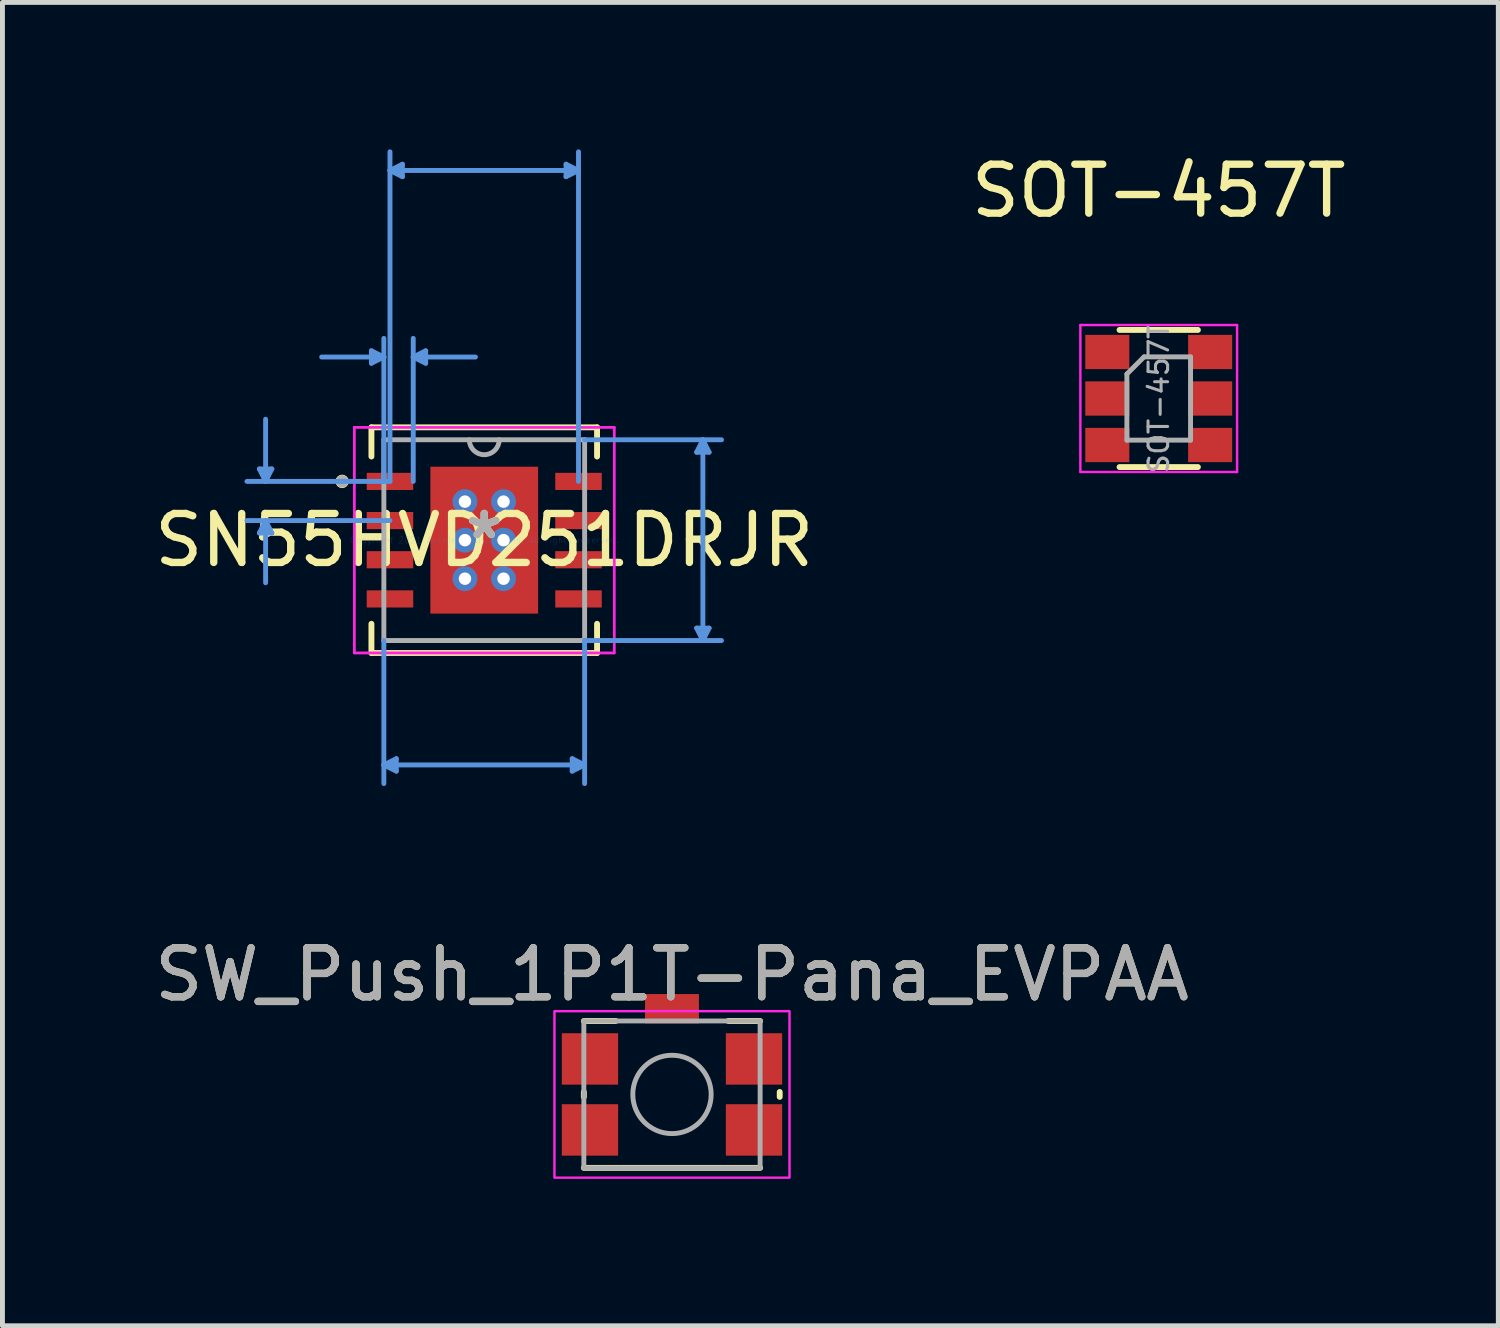
<source format=kicad_pcb>
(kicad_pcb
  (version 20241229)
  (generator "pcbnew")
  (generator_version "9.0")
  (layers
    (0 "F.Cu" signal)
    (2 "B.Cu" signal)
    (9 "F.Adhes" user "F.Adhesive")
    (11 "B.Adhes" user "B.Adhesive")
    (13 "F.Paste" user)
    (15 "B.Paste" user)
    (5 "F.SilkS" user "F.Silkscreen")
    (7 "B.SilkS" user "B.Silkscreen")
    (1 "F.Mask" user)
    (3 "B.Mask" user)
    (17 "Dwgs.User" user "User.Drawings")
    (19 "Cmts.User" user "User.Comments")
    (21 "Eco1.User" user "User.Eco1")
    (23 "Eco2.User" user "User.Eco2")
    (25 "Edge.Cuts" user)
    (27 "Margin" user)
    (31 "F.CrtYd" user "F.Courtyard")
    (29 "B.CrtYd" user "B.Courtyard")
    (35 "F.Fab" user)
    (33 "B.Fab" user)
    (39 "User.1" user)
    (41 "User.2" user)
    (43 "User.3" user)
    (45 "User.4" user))
  (footprint "SW_Push_1P1T-Pana_EVPAA"
    (layer "F.Cu")
    (at 10.673 19.3)
    (property "Reference" "SW_Push_1P1T-Pana_EVPAA" (at 0 -2.45 0) (layer "F.SilkS") (effects (font (size 1 1) (thickness 0.15))))
    (attr smd)
    (fp_line (start -1.8 0.05) (end -1.8 -0.05) (stroke (width 0.12) (type solid)) (layer "F.SilkS"))
    (fp_line (start -1.8 1.5) (end 1.8 1.5) (stroke (width 0.12) (type solid)) (layer "F.SilkS"))
    (fp_line (start -1.15 -1.5) (end -1.8 -1.5) (stroke (width 0.12) (type solid)) (layer "F.SilkS"))
    (fp_line (start 1.8 -1.5) (end 1.15 -1.5) (stroke (width 0.12) (type solid)) (layer "F.SilkS"))
    (fp_line (start 2.2 0.05) (end 2.2 -0.05) (stroke (width 0.12) (type solid)) (layer "F.SilkS"))
    (fp_rect (start -2.4 -1.7) (end 2.4 1.7) (stroke (width 0.05) (type solid)) (fill no) (layer "F.CrtYd"))
    (fp_line (start -1.8 -1.5) (end 1.8 -1.5) (stroke (width 0.1) (type solid)) (layer "F.Fab"))
    (fp_line (start -1.8 1.5) (end -1.8 -1.5) (stroke (width 0.1) (type solid)) (layer "F.Fab"))
    (fp_line (start 1.8 -1.5) (end 1.8 1.5) (stroke (width 0.1) (type solid)) (layer "F.Fab"))
    (fp_line (start 1.8 1.5) (end -1.8 1.5) (stroke (width 0.1) (type solid)) (layer "F.Fab"))
    (fp_circle (center 0 0) (end 0 0.8) (stroke (width 0.1) (type solid)) (fill no) (layer "F.Fab"))
    (fp_text user "${REFERENCE}" (at 0 -2.45 0) (layer "F.Fab") (effects (font (size 1 1) (thickness 0.15))))
    (pad "1" smd rect (at -1.675 -0.725) (size 1.15 1.05) (layers "F.Cu" "F.Mask" "F.Paste"))
    (pad "1" smd rect (at 1.675 -0.725) (size 1.15 1.05) (layers "F.Cu" "F.Mask" "F.Paste"))
    (pad "2" smd rect (at -1.675 0.725) (size 1.15 1.05) (layers "F.Cu" "F.Mask" "F.Paste"))
    (pad "2" smd rect (at 1.675 0.725) (size 1.15 1.05) (layers "F.Cu" "F.Mask" "F.Paste"))
    (pad "SH" smd rect (at 0 -1.75) (size 1.1 0.6) (layers "F.Cu" "F.Mask" "F.Paste")))
  (footprint "SOT-457T"
    (layer "F.Cu")
    (at 20.613 5.088)
    (property "Reference" "SOT-457T" (at 0 -4.24 0) (layer "F.SilkS") (effects (font (size 1 1) (thickness 0.15))))
    (attr smd)
    (fp_line (start -0.8 -1.4) (end 0.8 -1.4) (stroke (width 0.12) (type solid)) (layer "F.SilkS"))
    (fp_line (start 0.8 1.4) (end -0.8 1.4) (stroke (width 0.12) (type solid)) (layer "F.SilkS"))
    (fp_line (start -1.6 -1.5) (end 1.6 -1.5) (stroke (width 0.05) (type solid)) (layer "F.CrtYd"))
    (fp_line (start -1.6 1.5) (end -1.6 -1.5) (stroke (width 0.05) (type solid)) (layer "F.CrtYd"))
    (fp_line (start 1.6 -1.5) (end 1.6 1.5) (stroke (width 0.05) (type solid)) (layer "F.CrtYd"))
    (fp_line (start 1.6 1.5) (end -1.6 1.5) (stroke (width 0.05) (type solid)) (layer "F.CrtYd"))
    (fp_line (start -0.65 -0.5) (end -0.65 0.85) (stroke (width 0.1) (type solid)) (layer "F.Fab"))
    (fp_line (start -0.65 -0.5) (end -0.3 -0.85) (stroke (width 0.1) (type solid)) (layer "F.Fab"))
    (fp_line (start -0.65 0.85) (end 0.65 0.85) (stroke (width 0.1) (type solid)) (layer "F.Fab"))
    (fp_line (start 0.65 -0.85) (end -0.3 -0.85) (stroke (width 0.1) (type solid)) (layer "F.Fab"))
    (fp_line (start 0.65 0.85) (end 0.65 -0.85) (stroke (width 0.1) (type solid)) (layer "F.Fab"))
    (fp_text user "${REFERENCE}" (at 0 0 90) (layer "F.Fab") (effects (font (size 0.4 0.4) (thickness 0.062))))
    (pad "1" smd rect (at -1.05 -0.95) (size 0.9 0.7) (layers "F.Cu" "F.Mask" "F.Paste"))
    (pad "2" smd rect (at -1.05 0) (size 0.9 0.7) (layers "F.Cu" "F.Mask" "F.Paste"))
    (pad "3" smd rect (at -1.05 0.95) (size 0.9 0.7) (layers "F.Cu" "F.Mask" "F.Paste"))
    (pad "4" smd rect (at 1.05 0.95) (size 0.9 0.7) (layers "F.Cu" "F.Mask" "F.Paste"))
    (pad "5" smd rect (at 1.05 0) (size 0.9 0.7) (layers "F.Cu" "F.Mask" "F.Paste"))
    (pad "6" smd rect (at 1.05 -0.95) (size 0.9 0.7) (layers "F.Cu" "F.Mask" "F.Paste")))
  (footprint "SN55HVD251DRJR"
    (layer "F.Cu")
    (at 6.839 7.981)
    (property "Reference" "SN55HVD251DRJR" (at 0 0 0) (layer "F.SilkS") (effects (font (size 1 1) (thickness 0.15))))
    (attr through_hole)
    (fp_poly (pts (xy -2.47 -1.445) (xy -2.47 -0.955) (xy -1.38 -0.955) (xy -1.38 -1.445)) (stroke (width 0.1) (type solid)) (fill yes) (layer "F.Mask"))
    (fp_poly (pts (xy -2.47 -0.645) (xy -2.47 -0.155) (xy -1.38 -0.155) (xy -1.38 -0.645)) (stroke (width 0.1) (type solid)) (fill yes) (layer "F.Mask"))
    (fp_poly (pts (xy -2.47 0.155) (xy -2.47 0.645) (xy -1.38 0.645) (xy -1.38 0.155)) (stroke (width 0.1) (type solid)) (fill yes) (layer "F.Mask"))
    (fp_poly (pts (xy -2.47 0.955) (xy -2.47 1.445) (xy -1.38 1.445) (xy -1.38 0.955)) (stroke (width 0.1) (type solid)) (fill yes) (layer "F.Mask"))
    (fp_poly (pts (xy -1.163 -1.563) (xy -0.594 -1.563) (xy -0.594 1.563) (xy -1.163 1.563)) (stroke (width 0.1) (type solid)) (fill yes) (layer "F.Mask"))
    (fp_poly (pts (xy -1.163 -1.563) (xy 1.163 -1.563) (xy 1.163 -0.987) (xy -1.163 -0.987)) (stroke (width 0.1) (type solid)) (fill yes) (layer "F.Mask"))
    (fp_poly (pts (xy -1.163 -0.587) (xy 1.163 -0.587) (xy 1.163 -0.2) (xy -1.163 -0.2)) (stroke (width 0.1) (type solid)) (fill yes) (layer "F.Mask"))
    (fp_poly (pts (xy -1.163 0.2) (xy 1.163 0.2) (xy 1.163 0.587) (xy -1.163 0.587)) (stroke (width 0.1) (type solid)) (fill yes) (layer "F.Mask"))
    (fp_poly (pts (xy -1.163 0.987) (xy 1.163 0.987) (xy 1.163 1.563) (xy -1.163 1.563)) (stroke (width 0.1) (type solid)) (fill yes) (layer "F.Mask"))
    (fp_poly (pts (xy 0.194 -1.563) (xy -0.194 -1.563) (xy -0.194 1.563) (xy 0.194 1.563)) (stroke (width 0.1) (type solid)) (fill yes) (layer "F.Mask"))
    (fp_poly (pts (xy 0.594 -1.563) (xy 1.163 -1.563) (xy 1.163 1.563) (xy 0.594 1.563)) (stroke (width 0.1) (type solid)) (fill yes) (layer "F.Mask"))
    (fp_poly (pts (xy 1.38 -1.445) (xy 1.38 -0.955) (xy 2.47 -0.955) (xy 2.47 -1.445)) (stroke (width 0.1) (type solid)) (fill yes) (layer "F.Mask"))
    (fp_poly (pts (xy 1.38 -0.645) (xy 1.38 -0.155) (xy 2.47 -0.155) (xy 2.47 -0.645)) (stroke (width 0.1) (type solid)) (fill yes) (layer "F.Mask"))
    (fp_poly (pts (xy 1.38 0.155) (xy 1.38 0.645) (xy 2.47 0.645) (xy 2.47 0.155)) (stroke (width 0.1) (type solid)) (fill yes) (layer "F.Mask"))
    (fp_poly (pts (xy 1.38 0.955) (xy 1.38 1.445) (xy 2.47 1.445) (xy 2.47 0.955)) (stroke (width 0.1) (type solid)) (fill yes) (layer "F.Mask"))
    (fp_line (start -2.304 -2.304) (end -2.304 -1.708) (stroke (width 0.12) (type solid)) (layer "F.SilkS"))
    (fp_line (start -2.304 1.708) (end -2.304 2.304) (stroke (width 0.12) (type solid)) (layer "F.SilkS"))
    (fp_line (start -2.304 2.304) (end 2.304 2.304) (stroke (width 0.12) (type solid)) (layer "F.SilkS"))
    (fp_line (start 2.304 -2.304) (end -2.304 -2.304) (stroke (width 0.12) (type solid)) (layer "F.SilkS"))
    (fp_line (start 2.304 -1.708) (end 2.304 -2.304) (stroke (width 0.12) (type solid)) (layer "F.SilkS"))
    (fp_line (start 2.304 2.304) (end 2.304 1.708) (stroke (width 0.12) (type solid)) (layer "F.SilkS"))
    (fp_circle (center -2.902 -1.2) (end -2.825 -1.2) (stroke (width 0.12) (type solid)) (fill no) (layer "F.SilkS"))
    (fp_poly (pts (xy -2.375 -1.35) (xy -2.375 -1.05) (xy -1.475 -1.05) (xy -1.475 -1.35)) (stroke (width 0.1) (type solid)) (fill yes) (layer "F.Paste"))
    (fp_poly (pts (xy -2.375 -0.55) (xy -2.375 -0.25) (xy -1.475 -0.25) (xy -1.475 -0.55)) (stroke (width 0.1) (type solid)) (fill yes) (layer "F.Paste"))
    (fp_poly (pts (xy -2.375 0.25) (xy -2.375 0.55) (xy -1.475 0.55) (xy -1.475 0.25)) (stroke (width 0.1) (type solid)) (fill yes) (layer "F.Paste"))
    (fp_poly (pts (xy -2.375 1.05) (xy -2.375 1.35) (xy -1.475 1.35) (xy -1.475 1.05)) (stroke (width 0.1) (type solid)) (fill yes) (layer "F.Paste"))
    (fp_poly (pts (xy 1.475 -1.35) (xy 1.475 -1.05) (xy 2.375 -1.05) (xy 2.375 -1.35)) (stroke (width 0.1) (type solid)) (fill yes) (layer "F.Paste"))
    (fp_poly (pts (xy 1.475 -0.55) (xy 1.475 -0.25) (xy 2.375 -0.25) (xy 2.375 -0.55)) (stroke (width 0.1) (type solid)) (fill yes) (layer "F.Paste"))
    (fp_poly (pts (xy 1.475 0.25) (xy 1.475 0.55) (xy 2.375 0.55) (xy 2.375 0.25)) (stroke (width 0.1) (type solid)) (fill yes) (layer "F.Paste"))
    (fp_poly (pts (xy 1.475 1.05) (xy 1.475 1.35) (xy 2.375 1.35) (xy 2.375 1.05)) (stroke (width 0.1) (type solid)) (fill yes) (layer "F.Paste"))
    (fp_poly (pts (xy -1.025 -1.425) (xy -1.025 -0.887) (xy -0.635 -0.887) (xy -0.494 -1.029) (xy -0.494 -1.425)) (stroke (width 0.1) (type solid)) (fill yes) (layer "F.Paste"))
    (fp_poly (pts (xy -1.025 0.887) (xy -1.025 1.425) (xy -0.494 1.425) (xy -0.494 1.029) (xy -0.635 0.887)) (stroke (width 0.1) (type solid)) (fill yes) (layer "F.Paste"))
    (fp_poly (pts (xy 0.494 -1.425) (xy 0.494 -1.029) (xy 0.635 -0.887) (xy 1.025 -0.887) (xy 1.025 -1.425)) (stroke (width 0.1) (type solid)) (fill yes) (layer "F.Paste"))
    (fp_poly (pts (xy 0.635 0.887) (xy 0.494 1.029) (xy 0.494 1.425) (xy 1.025 1.425) (xy 1.025 0.887)) (stroke (width 0.1) (type solid)) (fill yes) (layer "F.Paste"))
    (fp_poly (pts (xy -1.025 -0.687) (xy -1.025 -0.1) (xy -0.635 -0.1) (xy -0.494 -0.241) (xy -0.494 -0.546) (xy -0.635 -0.687)) (stroke (width 0.1) (type solid)) (fill yes) (layer "F.Paste"))
    (fp_poly (pts (xy -1.025 0.1) (xy -1.025 0.687) (xy -0.635 0.687) (xy -0.494 0.546) (xy -0.494 0.241) (xy -0.635 0.1)) (stroke (width 0.1) (type solid)) (fill yes) (layer "F.Paste"))
    (fp_poly (pts (xy -0.294 -1.425) (xy -0.294 -1.029) (xy -0.152 -0.887) (xy 0.152 -0.887) (xy 0.294 -1.029) (xy 0.294 -1.425)) (stroke (width 0.1) (type solid)) (fill yes) (layer "F.Paste"))
    (fp_poly (pts (xy -0.152 0.887) (xy -0.294 1.029) (xy -0.294 1.425) (xy 0.294 1.425) (xy 0.294 1.029) (xy 0.152 0.887)) (stroke (width 0.1) (type solid)) (fill yes) (layer "F.Paste"))
    (fp_poly (pts (xy 0.635 -0.687) (xy 0.494 -0.546) (xy 0.494 -0.241) (xy 0.635 -0.1) (xy 1.025 -0.1) (xy 1.025 -0.687)) (stroke (width 0.1) (type solid)) (fill yes) (layer "F.Paste"))
    (fp_poly (pts (xy 0.635 0.1) (xy 0.494 0.241) (xy 0.494 0.546) (xy 0.635 0.687) (xy 1.025 0.687) (xy 1.025 0.1)) (stroke (width 0.1) (type solid)) (fill yes) (layer "F.Paste"))
    (fp_poly (pts (xy -0.152 -0.687) (xy -0.294 -0.546) (xy -0.294 -0.241) (xy -0.152 -0.1) (xy 0.152 -0.1) (xy 0.294 -0.241) (xy 0.294 -0.546) (xy 0.152 -0.687)) (stroke (width 0.1) (type solid)) (fill yes) (layer "F.Paste"))
    (fp_poly (pts (xy -0.152 0.1) (xy -0.294 0.241) (xy -0.294 0.546) (xy -0.152 0.687) (xy 0.152 0.687) (xy 0.294 0.546) (xy 0.294 0.241) (xy 0.152 0.1)) (stroke (width 0.1) (type solid)) (fill yes) (layer "F.Paste"))
    (fp_line (start -4.592 -1.454) (end -4.338 -1.454) (stroke (width 0.1) (type solid)) (layer "Cmts.User"))
    (fp_line (start -4.592 -0.146) (end -4.338 -0.146) (stroke (width 0.1) (type solid)) (layer "Cmts.User"))
    (fp_line (start -4.465 -1.2) (end -4.592 -1.454) (stroke (width 0.1) (type solid)) (layer "Cmts.User"))
    (fp_line (start -4.465 -1.2) (end -4.465 -2.47) (stroke (width 0.1) (type solid)) (layer "Cmts.User"))
    (fp_line (start -4.465 -1.2) (end -4.338 -1.454) (stroke (width 0.1) (type solid)) (layer "Cmts.User"))
    (fp_line (start -4.465 -0.4) (end -4.592 -0.146) (stroke (width 0.1) (type solid)) (layer "Cmts.User"))
    (fp_line (start -4.465 -0.4) (end -4.465 0.87) (stroke (width 0.1) (type solid)) (layer "Cmts.User"))
    (fp_line (start -4.465 -0.4) (end -4.338 -0.146) (stroke (width 0.1) (type solid)) (layer "Cmts.User"))
    (fp_line (start -2.304 -3.867) (end -2.304 -3.613) (stroke (width 0.1) (type solid)) (layer "Cmts.User"))
    (fp_line (start -2.05 -3.74) (end -3.32 -3.74) (stroke (width 0.1) (type solid)) (layer "Cmts.User"))
    (fp_line (start -2.05 -3.74) (end -2.304 -3.867) (stroke (width 0.1) (type solid)) (layer "Cmts.User"))
    (fp_line (start -2.05 -3.74) (end -2.304 -3.613) (stroke (width 0.1) (type solid)) (layer "Cmts.User"))
    (fp_line (start -2.05 -1.2) (end -2.05 -4.121) (stroke (width 0.1) (type solid)) (layer "Cmts.User"))
    (fp_line (start -2.05 2.05) (end -2.05 4.971) (stroke (width 0.1) (type solid)) (layer "Cmts.User"))
    (fp_line (start -2.05 4.59) (end -1.796 4.463) (stroke (width 0.1) (type solid)) (layer "Cmts.User"))
    (fp_line (start -2.05 4.59) (end -1.796 4.717) (stroke (width 0.1) (type solid)) (layer "Cmts.User"))
    (fp_line (start -2.05 4.59) (end 2.05 4.59) (stroke (width 0.1) (type solid)) (layer "Cmts.User"))
    (fp_line (start -1.925 -7.55) (end -1.671 -7.677) (stroke (width 0.1) (type solid)) (layer "Cmts.User"))
    (fp_line (start -1.925 -7.55) (end -1.671 -7.423) (stroke (width 0.1) (type solid)) (layer "Cmts.User"))
    (fp_line (start -1.925 -7.55) (end 1.925 -7.55) (stroke (width 0.1) (type solid)) (layer "Cmts.User"))
    (fp_line (start -1.925 -1.2) (end -4.846 -1.2) (stroke (width 0.1) (type solid)) (layer "Cmts.User"))
    (fp_line (start -1.925 -1.2) (end -1.925 -7.931) (stroke (width 0.1) (type solid)) (layer "Cmts.User"))
    (fp_line (start -1.925 -0.4) (end -4.846 -0.4) (stroke (width 0.1) (type solid)) (layer "Cmts.User"))
    (fp_line (start -1.796 4.463) (end -1.796 4.717) (stroke (width 0.1) (type solid)) (layer "Cmts.User"))
    (fp_line (start -1.671 -7.677) (end -1.671 -7.423) (stroke (width 0.1) (type solid)) (layer "Cmts.User"))
    (fp_line (start -1.45 -3.74) (end -1.196 -3.867) (stroke (width 0.1) (type solid)) (layer "Cmts.User"))
    (fp_line (start -1.45 -3.74) (end -1.196 -3.613) (stroke (width 0.1) (type solid)) (layer "Cmts.User"))
    (fp_line (start -1.45 -3.74) (end -0.18 -3.74) (stroke (width 0.1) (type solid)) (layer "Cmts.User"))
    (fp_line (start -1.45 -1.2) (end -1.45 -4.121) (stroke (width 0.1) (type solid)) (layer "Cmts.User"))
    (fp_line (start -1.196 -3.867) (end -1.196 -3.613) (stroke (width 0.1) (type solid)) (layer "Cmts.User"))
    (fp_line (start 1.671 -7.677) (end 1.671 -7.423) (stroke (width 0.1) (type solid)) (layer "Cmts.User"))
    (fp_line (start 1.796 4.463) (end 1.796 4.717) (stroke (width 0.1) (type solid)) (layer "Cmts.User"))
    (fp_line (start 1.925 -7.55) (end 1.671 -7.677) (stroke (width 0.1) (type solid)) (layer "Cmts.User"))
    (fp_line (start 1.925 -7.55) (end 1.671 -7.423) (stroke (width 0.1) (type solid)) (layer "Cmts.User"))
    (fp_line (start 1.925 -1.2) (end 1.925 -7.931) (stroke (width 0.1) (type solid)) (layer "Cmts.User"))
    (fp_line (start 2.05 -2.05) (end 4.846 -2.05) (stroke (width 0.1) (type solid)) (layer "Cmts.User"))
    (fp_line (start 2.05 2.05) (end 2.05 4.971) (stroke (width 0.1) (type solid)) (layer "Cmts.User"))
    (fp_line (start 2.05 2.05) (end 4.846 2.05) (stroke (width 0.1) (type solid)) (layer "Cmts.User"))
    (fp_line (start 2.05 4.59) (end 1.796 4.463) (stroke (width 0.1) (type solid)) (layer "Cmts.User"))
    (fp_line (start 2.05 4.59) (end 1.796 4.717) (stroke (width 0.1) (type solid)) (layer "Cmts.User"))
    (fp_line (start 4.338 -1.796) (end 4.592 -1.796) (stroke (width 0.1) (type solid)) (layer "Cmts.User"))
    (fp_line (start 4.338 1.796) (end 4.592 1.796) (stroke (width 0.1) (type solid)) (layer "Cmts.User"))
    (fp_line (start 4.465 -2.05) (end 4.338 -1.796) (stroke (width 0.1) (type solid)) (layer "Cmts.User"))
    (fp_line (start 4.465 -2.05) (end 4.465 2.05) (stroke (width 0.1) (type solid)) (layer "Cmts.User"))
    (fp_line (start 4.465 -2.05) (end 4.592 -1.796) (stroke (width 0.1) (type solid)) (layer "Cmts.User"))
    (fp_line (start 4.465 2.05) (end 4.338 1.796) (stroke (width 0.1) (type solid)) (layer "Cmts.User"))
    (fp_line (start 4.465 2.05) (end 4.592 1.796) (stroke (width 0.1) (type solid)) (layer "Cmts.User"))
    (fp_line (start -2.654 -2.304) (end 2.654 -2.304) (stroke (width 0.05) (type solid)) (layer "F.CrtYd"))
    (fp_line (start -2.654 -2.304) (end 2.654 -2.304) (stroke (width 0.05) (type solid)) (layer "F.CrtYd"))
    (fp_line (start -2.654 2.304) (end -2.654 -2.304) (stroke (width 0.05) (type solid)) (layer "F.CrtYd"))
    (fp_line (start -2.654 2.304) (end -2.654 -2.304) (stroke (width 0.05) (type solid)) (layer "F.CrtYd"))
    (fp_line (start 2.654 -2.304) (end 2.654 2.304) (stroke (width 0.05) (type solid)) (layer "F.CrtYd"))
    (fp_line (start 2.654 -2.304) (end 2.654 2.304) (stroke (width 0.05) (type solid)) (layer "F.CrtYd"))
    (fp_line (start 2.654 2.304) (end -2.654 2.304) (stroke (width 0.05) (type solid)) (layer "F.CrtYd"))
    (fp_line (start 2.654 2.304) (end -2.654 2.304) (stroke (width 0.05) (type solid)) (layer "F.CrtYd"))
    (fp_line (start -2.05 -2.05) (end -2.05 2.05) (stroke (width 0.1) (type solid)) (layer "F.Fab"))
    (fp_line (start -2.05 2.05) (end 2.05 2.05) (stroke (width 0.1) (type solid)) (layer "F.Fab"))
    (fp_line (start 2.05 -2.05) (end -2.05 -2.05) (stroke (width 0.1) (type solid)) (layer "F.Fab"))
    (fp_line (start 2.05 2.05) (end 2.05 -2.05) (stroke (width 0.1) (type solid)) (layer "F.Fab"))
    (fp_arc (start 0.3048 -2.05) (mid 0 -1.7452) (end -0.3048 -2.05) (stroke (width 0.1) (type solid)) (layer "F.Fab"))
    (fp_circle (center -2.902 -1.2) (end -2.825 -1.2) (stroke (width 0.1) (type solid)) (fill no) (layer "F.Fab"))
    (fp_text user "*" (at 0 0 0) (layer "F.SilkS") (effects (font (size 1 1) (thickness 0.15))))
    (fp_text user "Copyright 2021 Accelerated Designs. All rights reserved." (at 0 0 0) (layer "Cmts.User") (effects (font (size 0.127 0.127) (thickness 0.002))))
    (fp_text user "*" (at 0 0 0) (layer "F.Fab") (effects (font (size 1 1) (thickness 0.15))))
    (pad "1" smd rect (at -1.925 -1.2) (size 0.95 0.35) (layers "F.Cu" "F.Mask"))
    (pad "2" smd rect (at -1.925 -0.4) (size 0.95 0.35) (layers "F.Cu" "F.Mask"))
    (pad "3" smd rect (at -1.925 0.4) (size 0.95 0.35) (layers "F.Cu" "F.Mask"))
    (pad "4" smd rect (at -1.925 1.2) (size 0.95 0.35) (layers "F.Cu" "F.Mask"))
    (pad "5" smd rect (at 1.925 1.2) (size 0.95 0.35) (layers "F.Cu" "F.Mask"))
    (pad "6" smd rect (at 1.925 0.4) (size 0.95 0.35) (layers "F.Cu" "F.Mask"))
    (pad "7" smd rect (at 1.925 -0.4) (size 0.95 0.35) (layers "F.Cu" "F.Mask"))
    (pad "8" smd rect (at 1.925 -1.2) (size 0.95 0.35) (layers "F.Cu" "F.Mask"))
    (pad "9" smd rect (at 0 0) (size 2.2 3) (layers "F.Cu"))
    (pad "V" thru_hole circle (at -0.394 -0.787) (size 0.508 0.508) (drill 0.254) (layers "*.Cu" "*.Mask"))
    (pad "V" thru_hole circle (at -0.394 0) (size 0.508 0.508) (drill 0.254) (layers "*.Cu" "*.Mask"))
    (pad "V" thru_hole circle (at -0.394 0.787) (size 0.508 0.508) (drill 0.254) (layers "*.Cu" "*.Mask"))
    (pad "V" thru_hole circle (at 0.394 -0.787) (size 0.508 0.508) (drill 0.254) (layers "*.Cu" "*.Mask"))
    (pad "V" thru_hole circle (at 0.394 0) (size 0.508 0.508) (drill 0.254) (layers "*.Cu" "*.Mask"))
    (pad "V" thru_hole circle (at 0.394 0.787) (size 0.508 0.508) (drill 0.254) (layers "*.Cu" "*.Mask")))
  (gr_rect
    (start -3 -3)
    (end 27.548 24.025)
    (stroke (width 0.1) (type default))
    (fill no)
    (layer "Edge.Cuts")))
</source>
